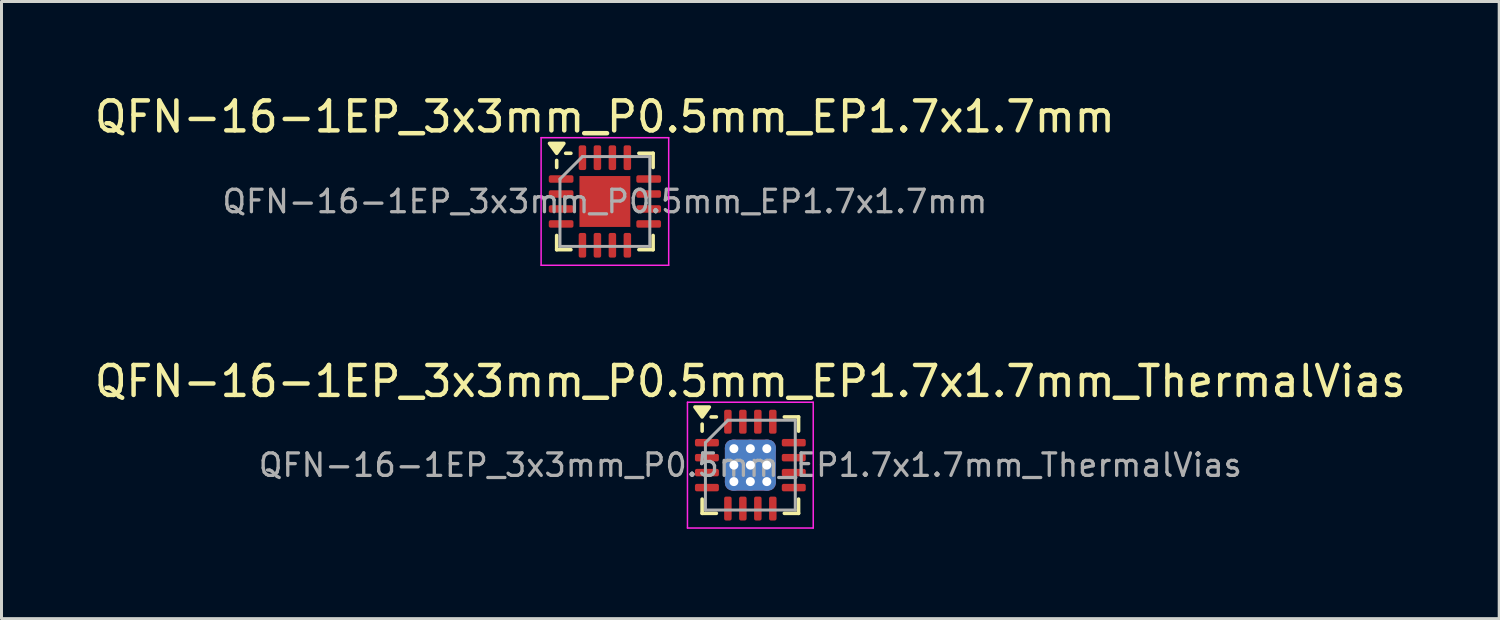
<source format=kicad_pcb>
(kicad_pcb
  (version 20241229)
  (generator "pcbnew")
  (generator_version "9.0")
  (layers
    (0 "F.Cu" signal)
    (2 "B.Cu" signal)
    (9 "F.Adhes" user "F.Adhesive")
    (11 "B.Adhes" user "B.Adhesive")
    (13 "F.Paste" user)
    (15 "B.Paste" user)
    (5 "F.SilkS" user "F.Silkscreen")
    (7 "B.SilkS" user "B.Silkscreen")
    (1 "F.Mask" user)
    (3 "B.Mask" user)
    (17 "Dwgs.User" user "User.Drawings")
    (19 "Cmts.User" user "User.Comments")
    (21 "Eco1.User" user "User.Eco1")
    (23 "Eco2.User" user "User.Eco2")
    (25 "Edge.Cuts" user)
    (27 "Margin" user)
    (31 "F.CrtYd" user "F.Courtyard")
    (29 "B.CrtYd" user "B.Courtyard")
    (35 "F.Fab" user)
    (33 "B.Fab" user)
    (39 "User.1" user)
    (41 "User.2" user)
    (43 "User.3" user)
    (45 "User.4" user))
  (footprint "QFN-16-1EP_3x3mm_P0.5mm_EP1.7x1.7mm_ThermalVias"
    (layer "F.Cu")
    (at 22.006 12.482)
    (property "Reference" "QFN-16-1EP_3x3mm_P0.5mm_EP1.7x1.7mm_ThermalVias" (at 0 -2.8 0) (layer "F.SilkS") (effects (font (size 1 1) (thickness 0.15))))
    (attr smd)
    (fp_line (start -1.61 -1.135) (end -1.61 -1.37) (stroke (width 0.12) (type solid)) (layer "F.SilkS"))
    (fp_line (start -1.61 1.61) (end -1.61 1.135) (stroke (width 0.12) (type solid)) (layer "F.SilkS"))
    (fp_line (start -1.135 -1.61) (end -1.31 -1.61) (stroke (width 0.12) (type solid)) (layer "F.SilkS"))
    (fp_line (start -1.135 1.61) (end -1.61 1.61) (stroke (width 0.12) (type solid)) (layer "F.SilkS"))
    (fp_line (start 1.135 -1.61) (end 1.61 -1.61) (stroke (width 0.12) (type solid)) (layer "F.SilkS"))
    (fp_line (start 1.135 1.61) (end 1.61 1.61) (stroke (width 0.12) (type solid)) (layer "F.SilkS"))
    (fp_line (start 1.61 -1.61) (end 1.61 -1.135) (stroke (width 0.12) (type solid)) (layer "F.SilkS"))
    (fp_line (start 1.61 1.61) (end 1.61 1.135) (stroke (width 0.12) (type solid)) (layer "F.SilkS"))
    (fp_poly (pts (xy -1.61 -1.61) (xy -1.85 -1.94) (xy -1.37 -1.94) (xy -1.61 -1.61)) (stroke (width 0.12) (type solid)) (fill yes) (layer "F.SilkS"))
    (fp_line (start -2.1 -2.1) (end -2.1 2.1) (stroke (width 0.05) (type solid)) (layer "F.CrtYd"))
    (fp_line (start -2.1 2.1) (end 2.1 2.1) (stroke (width 0.05) (type solid)) (layer "F.CrtYd"))
    (fp_line (start 2.1 -2.1) (end -2.1 -2.1) (stroke (width 0.05) (type solid)) (layer "F.CrtYd"))
    (fp_line (start 2.1 2.1) (end 2.1 -2.1) (stroke (width 0.05) (type solid)) (layer "F.CrtYd"))
    (fp_line (start -1.5 -0.75) (end -0.75 -1.5) (stroke (width 0.1) (type solid)) (layer "F.Fab"))
    (fp_line (start -1.5 1.5) (end -1.5 -0.75) (stroke (width 0.1) (type solid)) (layer "F.Fab"))
    (fp_line (start -0.75 -1.5) (end 1.5 -1.5) (stroke (width 0.1) (type solid)) (layer "F.Fab"))
    (fp_line (start 1.5 -1.5) (end 1.5 1.5) (stroke (width 0.1) (type solid)) (layer "F.Fab"))
    (fp_line (start 1.5 1.5) (end -1.5 1.5) (stroke (width 0.1) (type solid)) (layer "F.Fab"))
    (fp_text user "${REFERENCE}" (at 0 0 0) (layer "F.Fab") (effects (font (size 0.75 0.75) (thickness 0.11))))
    (pad "" smd roundrect (at -0.425 -0.425) (size 0.74 0.74) (layers "F.Paste") (roundrect_rratio 0.25))
    (pad "" smd roundrect (at -0.425 0.425) (size 0.74 0.74) (layers "F.Paste") (roundrect_rratio 0.25))
    (pad "" smd roundrect (at 0.425 -0.425) (size 0.74 0.74) (layers "F.Paste") (roundrect_rratio 0.25))
    (pad "" smd roundrect (at 0.425 0.425) (size 0.74 0.74) (layers "F.Paste") (roundrect_rratio 0.25))
    (pad "1" smd roundrect (at -1.45 -0.75) (size 0.8 0.25) (layers "F.Cu" "F.Mask" "F.Paste") (roundrect_rratio 0.25))
    (pad "2" smd roundrect (at -1.45 -0.25) (size 0.8 0.25) (layers "F.Cu" "F.Mask" "F.Paste") (roundrect_rratio 0.25))
    (pad "3" smd roundrect (at -1.45 0.25) (size 0.8 0.25) (layers "F.Cu" "F.Mask" "F.Paste") (roundrect_rratio 0.25))
    (pad "4" smd roundrect (at -1.45 0.75) (size 0.8 0.25) (layers "F.Cu" "F.Mask" "F.Paste") (roundrect_rratio 0.25))
    (pad "5" smd roundrect (at -0.75 1.45) (size 0.25 0.8) (layers "F.Cu" "F.Mask" "F.Paste") (roundrect_rratio 0.25))
    (pad "6" smd roundrect (at -0.25 1.45) (size 0.25 0.8) (layers "F.Cu" "F.Mask" "F.Paste") (roundrect_rratio 0.25))
    (pad "7" smd roundrect (at 0.25 1.45) (size 0.25 0.8) (layers "F.Cu" "F.Mask" "F.Paste") (roundrect_rratio 0.25))
    (pad "8" smd roundrect (at 0.75 1.45) (size 0.25 0.8) (layers "F.Cu" "F.Mask" "F.Paste") (roundrect_rratio 0.25))
    (pad "9" smd roundrect (at 1.45 0.75) (size 0.8 0.25) (layers "F.Cu" "F.Mask" "F.Paste") (roundrect_rratio 0.25))
    (pad "10" smd roundrect (at 1.45 0.25) (size 0.8 0.25) (layers "F.Cu" "F.Mask" "F.Paste") (roundrect_rratio 0.25))
    (pad "11" smd roundrect (at 1.45 -0.25) (size 0.8 0.25) (layers "F.Cu" "F.Mask" "F.Paste") (roundrect_rratio 0.25))
    (pad "12" smd roundrect (at 1.45 -0.75) (size 0.8 0.25) (layers "F.Cu" "F.Mask" "F.Paste") (roundrect_rratio 0.25))
    (pad "13" smd roundrect (at 0.75 -1.45) (size 0.25 0.8) (layers "F.Cu" "F.Mask" "F.Paste") (roundrect_rratio 0.25))
    (pad "14" smd roundrect (at 0.25 -1.45) (size 0.25 0.8) (layers "F.Cu" "F.Mask" "F.Paste") (roundrect_rratio 0.25))
    (pad "15" smd roundrect (at -0.25 -1.45) (size 0.25 0.8) (layers "F.Cu" "F.Mask" "F.Paste") (roundrect_rratio 0.25))
    (pad "16" smd roundrect (at -0.75 -1.45) (size 0.25 0.8) (layers "F.Cu" "F.Mask" "F.Paste") (roundrect_rratio 0.25))
    (pad "17" thru_hole circle (at -0.55 -0.55) (size 0.6 0.6) (drill 0.3) (layers "*.Cu"))
    (pad "17" thru_hole circle (at -0.55 0) (size 0.6 0.6) (drill 0.3) (layers "*.Cu"))
    (pad "17" thru_hole circle (at -0.55 0.55) (size 0.6 0.6) (drill 0.3) (layers "*.Cu"))
    (pad "17" thru_hole circle (at 0 -0.55) (size 0.6 0.6) (drill 0.3) (layers "*.Cu"))
    (pad "17" thru_hole circle (at 0 0) (size 0.6 0.6) (drill 0.3) (layers "*.Cu"))
    (pad "17" smd roundrect (at 0 0) (size 1.7 1.7) (layers "F.Cu" "F.Mask") (roundrect_rratio 0.147))
    (pad "17" smd roundrect (at 0 0) (size 1.7 1.7) (layers "B.Cu") (roundrect_rratio 0.147))
    (pad "17" thru_hole circle (at 0 0.55) (size 0.6 0.6) (drill 0.3) (layers "*.Cu"))
    (pad "17" thru_hole circle (at 0.55 -0.55) (size 0.6 0.6) (drill 0.3) (layers "*.Cu"))
    (pad "17" thru_hole circle (at 0.55 0) (size 0.6 0.6) (drill 0.3) (layers "*.Cu"))
    (pad "17" thru_hole circle (at 0.55 0.55) (size 0.6 0.6) (drill 0.3) (layers "*.Cu")))
  (footprint "QFN-16-1EP_3x3mm_P0.5mm_EP1.7x1.7mm"
    (layer "F.Cu")
    (at 17.149 3.678)
    (property "Reference" "QFN-16-1EP_3x3mm_P0.5mm_EP1.7x1.7mm" (at 0 -2.83 0) (layer "F.SilkS") (effects (font (size 1 1) (thickness 0.15))))
    (attr smd)
    (fp_line (start -1.61 -1.135) (end -1.61 -1.37) (stroke (width 0.12) (type solid)) (layer "F.SilkS"))
    (fp_line (start -1.61 1.61) (end -1.61 1.135) (stroke (width 0.12) (type solid)) (layer "F.SilkS"))
    (fp_line (start -1.135 -1.61) (end -1.31 -1.61) (stroke (width 0.12) (type solid)) (layer "F.SilkS"))
    (fp_line (start -1.135 1.61) (end -1.61 1.61) (stroke (width 0.12) (type solid)) (layer "F.SilkS"))
    (fp_line (start 1.135 -1.61) (end 1.61 -1.61) (stroke (width 0.12) (type solid)) (layer "F.SilkS"))
    (fp_line (start 1.135 1.61) (end 1.61 1.61) (stroke (width 0.12) (type solid)) (layer "F.SilkS"))
    (fp_line (start 1.61 -1.61) (end 1.61 -1.135) (stroke (width 0.12) (type solid)) (layer "F.SilkS"))
    (fp_line (start 1.61 1.61) (end 1.61 1.135) (stroke (width 0.12) (type solid)) (layer "F.SilkS"))
    (fp_poly (pts (xy -1.61 -1.61) (xy -1.85 -1.94) (xy -1.37 -1.94) (xy -1.61 -1.61)) (stroke (width 0.12) (type solid)) (fill yes) (layer "F.SilkS"))
    (fp_line (start -2.13 -2.13) (end -2.13 2.13) (stroke (width 0.05) (type solid)) (layer "F.CrtYd"))
    (fp_line (start -2.13 2.13) (end 2.13 2.13) (stroke (width 0.05) (type solid)) (layer "F.CrtYd"))
    (fp_line (start 2.13 -2.13) (end -2.13 -2.13) (stroke (width 0.05) (type solid)) (layer "F.CrtYd"))
    (fp_line (start 2.13 2.13) (end 2.13 -2.13) (stroke (width 0.05) (type solid)) (layer "F.CrtYd"))
    (fp_line (start -1.5 -0.75) (end -0.75 -1.5) (stroke (width 0.1) (type solid)) (layer "F.Fab"))
    (fp_line (start -1.5 1.5) (end -1.5 -0.75) (stroke (width 0.1) (type solid)) (layer "F.Fab"))
    (fp_line (start -0.75 -1.5) (end 1.5 -1.5) (stroke (width 0.1) (type solid)) (layer "F.Fab"))
    (fp_line (start 1.5 -1.5) (end 1.5 1.5) (stroke (width 0.1) (type solid)) (layer "F.Fab"))
    (fp_line (start 1.5 1.5) (end -1.5 1.5) (stroke (width 0.1) (type solid)) (layer "F.Fab"))
    (fp_text user "${REFERENCE}" (at 0 0 0) (layer "F.Fab") (effects (font (size 0.75 0.75) (thickness 0.11))))
    (pad "" smd roundrect (at -0.425 -0.425) (size 0.69 0.69) (layers "F.Paste") (roundrect_rratio 0.25))
    (pad "" smd roundrect (at -0.425 0.425) (size 0.69 0.69) (layers "F.Paste") (roundrect_rratio 0.25))
    (pad "" smd roundrect (at 0.425 -0.425) (size 0.69 0.69) (layers "F.Paste") (roundrect_rratio 0.25))
    (pad "" smd roundrect (at 0.425 0.425) (size 0.69 0.69) (layers "F.Paste") (roundrect_rratio 0.25))
    (pad "1" smd roundrect (at -1.462 -0.75) (size 0.825 0.25) (layers "F.Cu" "F.Mask" "F.Paste") (roundrect_rratio 0.25))
    (pad "2" smd roundrect (at -1.462 -0.25) (size 0.825 0.25) (layers "F.Cu" "F.Mask" "F.Paste") (roundrect_rratio 0.25))
    (pad "3" smd roundrect (at -1.462 0.25) (size 0.825 0.25) (layers "F.Cu" "F.Mask" "F.Paste") (roundrect_rratio 0.25))
    (pad "4" smd roundrect (at -1.462 0.75) (size 0.825 0.25) (layers "F.Cu" "F.Mask" "F.Paste") (roundrect_rratio 0.25))
    (pad "5" smd roundrect (at -0.75 1.462) (size 0.25 0.825) (layers "F.Cu" "F.Mask" "F.Paste") (roundrect_rratio 0.25))
    (pad "6" smd roundrect (at -0.25 1.462) (size 0.25 0.825) (layers "F.Cu" "F.Mask" "F.Paste") (roundrect_rratio 0.25))
    (pad "7" smd roundrect (at 0.25 1.462) (size 0.25 0.825) (layers "F.Cu" "F.Mask" "F.Paste") (roundrect_rratio 0.25))
    (pad "8" smd roundrect (at 0.75 1.462) (size 0.25 0.825) (layers "F.Cu" "F.Mask" "F.Paste") (roundrect_rratio 0.25))
    (pad "9" smd roundrect (at 1.462 0.75) (size 0.825 0.25) (layers "F.Cu" "F.Mask" "F.Paste") (roundrect_rratio 0.25))
    (pad "10" smd roundrect (at 1.462 0.25) (size 0.825 0.25) (layers "F.Cu" "F.Mask" "F.Paste") (roundrect_rratio 0.25))
    (pad "11" smd roundrect (at 1.462 -0.25) (size 0.825 0.25) (layers "F.Cu" "F.Mask" "F.Paste") (roundrect_rratio 0.25))
    (pad "12" smd roundrect (at 1.462 -0.75) (size 0.825 0.25) (layers "F.Cu" "F.Mask" "F.Paste") (roundrect_rratio 0.25))
    (pad "13" smd roundrect (at 0.75 -1.462) (size 0.25 0.825) (layers "F.Cu" "F.Mask" "F.Paste") (roundrect_rratio 0.25))
    (pad "14" smd roundrect (at 0.25 -1.462) (size 0.25 0.825) (layers "F.Cu" "F.Mask" "F.Paste") (roundrect_rratio 0.25))
    (pad "15" smd roundrect (at -0.25 -1.462) (size 0.25 0.825) (layers "F.Cu" "F.Mask" "F.Paste") (roundrect_rratio 0.25))
    (pad "16" smd roundrect (at -0.75 -1.462) (size 0.25 0.825) (layers "F.Cu" "F.Mask" "F.Paste") (roundrect_rratio 0.25))
    (pad "17" smd rect (at 0 0) (size 1.7 1.7) (property pad_prop_heatsink) (layers "F.Cu" "F.Mask")))
  (gr_rect
    (start -3 -3)
    (end 47.012 17.607)
    (stroke (width 0.1) (type default))
    (fill no)
    (layer "Edge.Cuts")))
</source>
